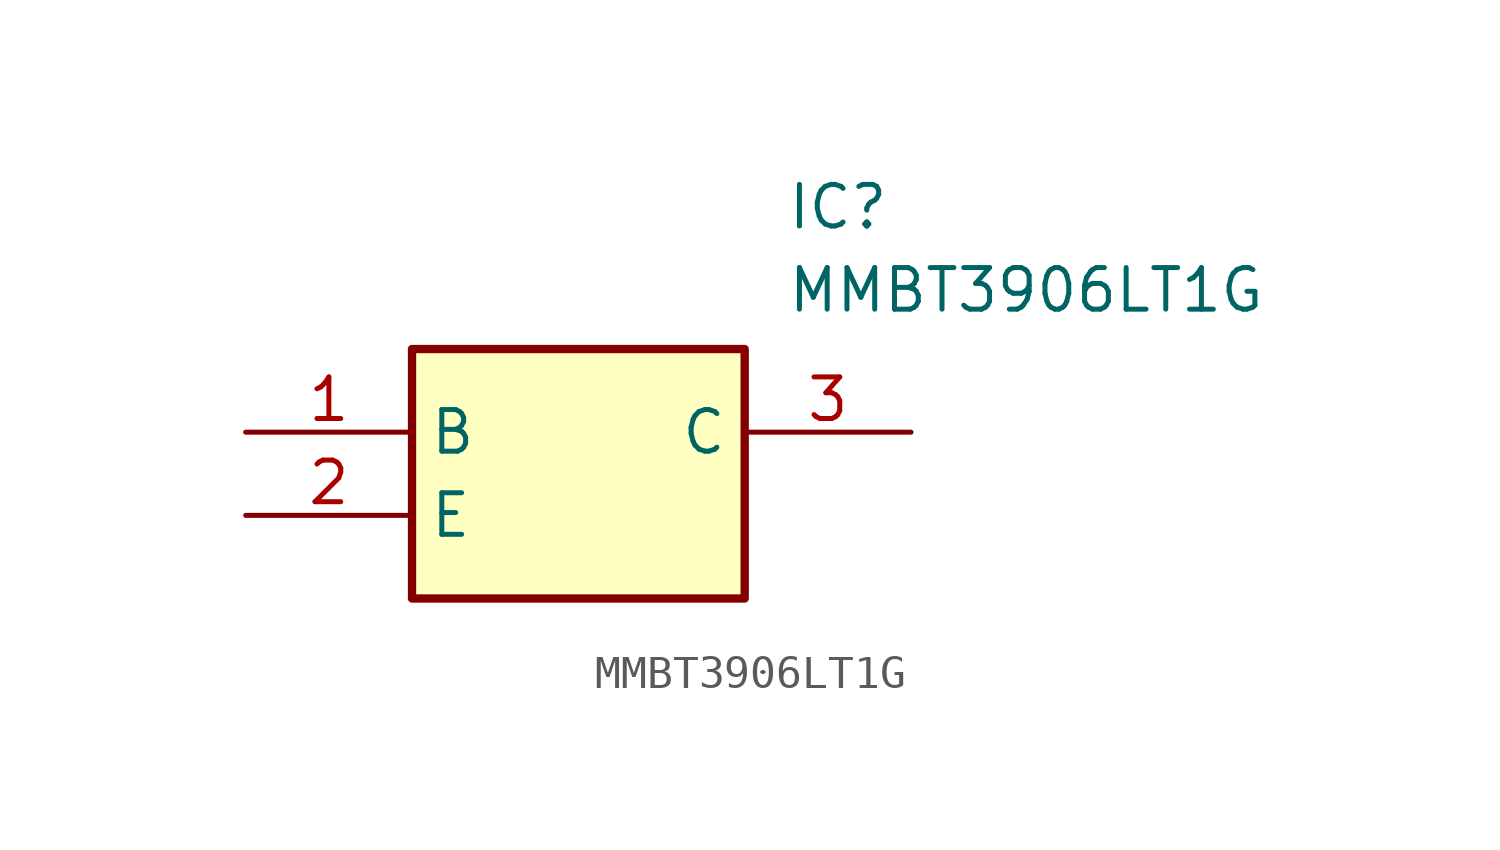
<source format=kicad_sym>
(kicad_symbol_lib
  (version 20220914)
  (generator kicad_symbol_editor)
  (symbol "MMBT3906LT1G"
    (property "Reference" "IC"
      (at 16.51 7.62 0)
      (effects (font (size 1.27 1.27)) (justify left top)))
    (property "Value" "MMBT3906LT1G"
      (at 16.51 5.08 0)
      (effects (font (size 1.27 1.27)) (justify left top)))
    (symbol "MMBT3906LT1G_1_1"
      (rectangle (start 5.08 2.54) (end 15.24 -5.08) (stroke (width 0.254) (type default)) (fill (type background)))
      (pin passive line (at 0 0 0) (length 5.08) (name "B" (effects (font (size 1.27 1.27)))) (number "1" (effects (font (size 1.27 1.27)))))
      (pin passive line (at 0 -2.54 0) (length 5.08) (name "E" (effects (font (size 1.27 1.27)))) (number "2" (effects (font (size 1.27 1.27)))))
      (pin passive line (at 20.32 0 180) (length 5.08) (name "C" (effects (font (size 1.27 1.27)))) (number "3" (effects (font (size 1.27 1.27))))))))
</source>
